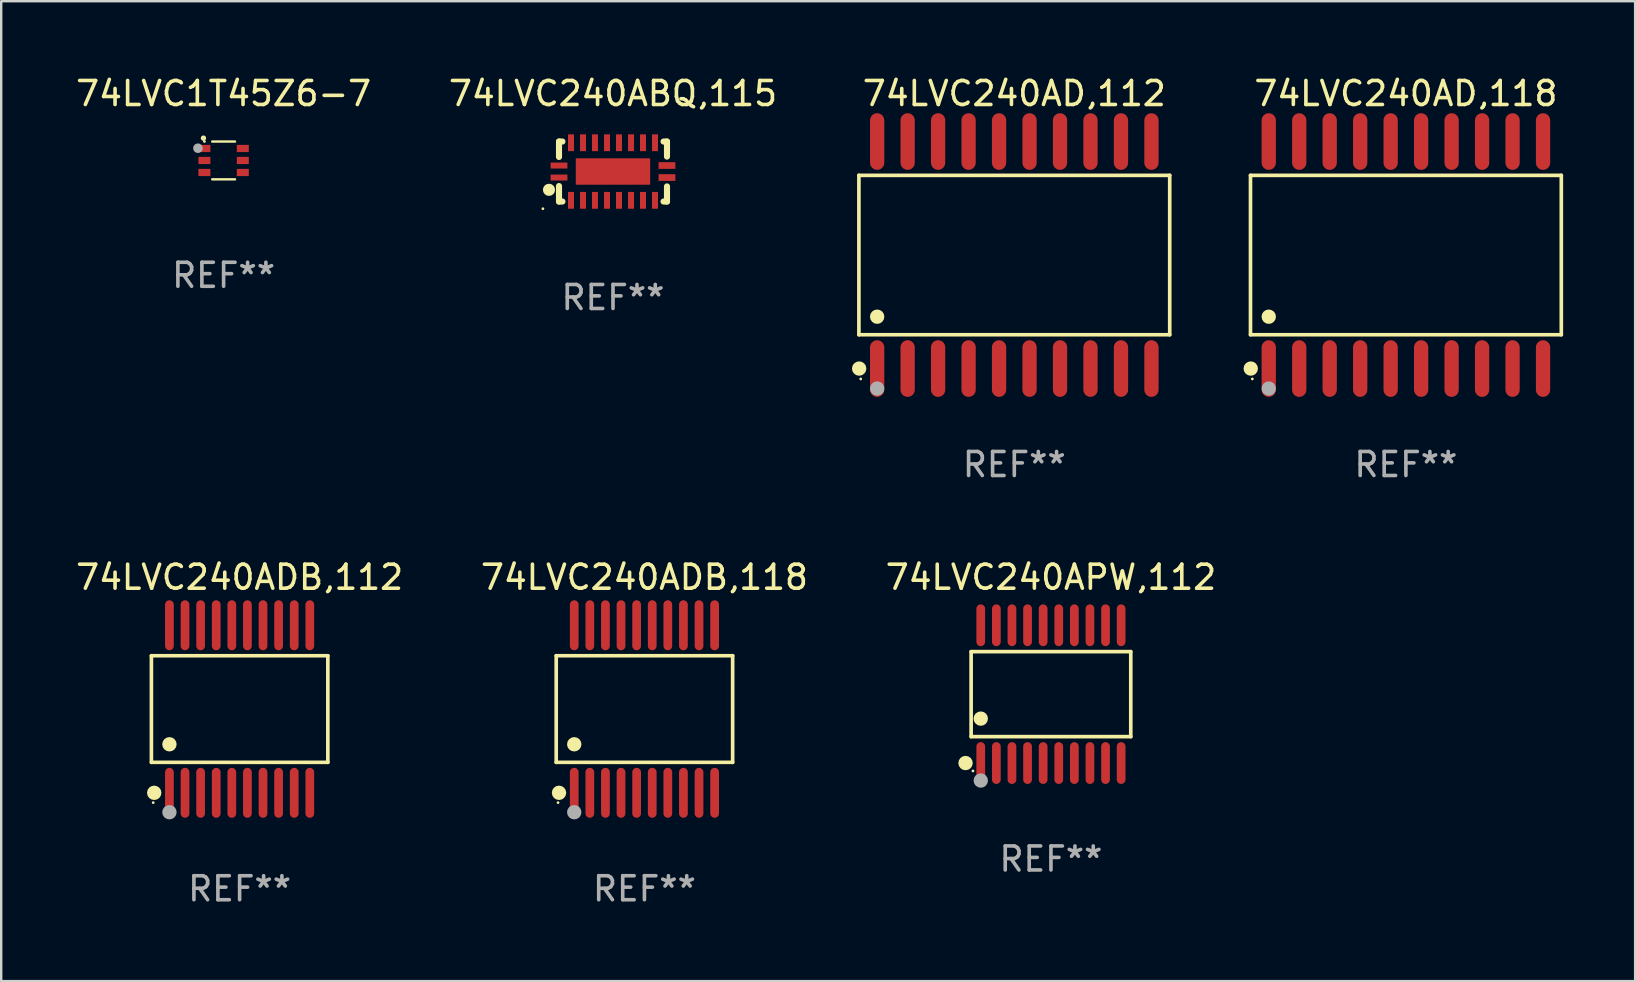
<source format=kicad_pcb>
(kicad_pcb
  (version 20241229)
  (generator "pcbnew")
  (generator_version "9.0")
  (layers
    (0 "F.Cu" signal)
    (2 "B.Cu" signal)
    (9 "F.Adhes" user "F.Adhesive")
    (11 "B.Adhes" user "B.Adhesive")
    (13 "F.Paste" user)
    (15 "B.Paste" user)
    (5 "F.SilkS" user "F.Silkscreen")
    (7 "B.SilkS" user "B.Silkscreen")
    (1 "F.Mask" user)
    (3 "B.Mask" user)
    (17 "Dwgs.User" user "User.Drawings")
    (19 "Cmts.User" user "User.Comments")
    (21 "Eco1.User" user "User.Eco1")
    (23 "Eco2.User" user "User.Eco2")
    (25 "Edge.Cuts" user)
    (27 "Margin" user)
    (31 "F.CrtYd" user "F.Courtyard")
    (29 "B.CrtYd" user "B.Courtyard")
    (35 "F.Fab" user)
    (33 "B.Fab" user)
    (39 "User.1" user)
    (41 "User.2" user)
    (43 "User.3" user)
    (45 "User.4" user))
  (footprint "74LVC240AD,112"
    (layer "F.Cu")
    (at 39.217 7.578)
    (property "Reference" "74LVC240AD,112" (at 0 -6.73 0) (layer "F.SilkS") (effects (font (size 1 1) (thickness 0.15))))
    (attr through_hole)
    (fp_line (start -6.476 -3.321) (end 6.476 -3.321) (stroke (width 0.152) (type solid)) (layer "F.SilkS"))
    (fp_line (start -6.476 3.321) (end -6.476 -3.321) (stroke (width 0.152) (type solid)) (layer "F.SilkS"))
    (fp_line (start 6.476 -3.321) (end 6.476 3.321) (stroke (width 0.152) (type solid)) (layer "F.SilkS"))
    (fp_line (start 6.476 3.321) (end -6.476 3.321) (stroke (width 0.152) (type solid)) (layer "F.SilkS"))
    (fp_circle (center -6.465 4.73) (end -6.315 4.73) (stroke (width 0.3) (type solid)) (fill no) (layer "F.SilkS"))
    (fp_circle (center -6.4 5.163) (end -6.37 5.163) (stroke (width 0.06) (type solid)) (fill no) (layer "F.SilkS"))
    (fp_circle (center -5.715 2.569) (end -5.565 2.569) (stroke (width 0.3) (type solid)) (fill no) (layer "F.SilkS"))
    (fp_circle (center -5.715 5.563) (end -5.565 5.563) (stroke (width 0.3) (type solid)) (fill no) (layer "F.Fab"))
    (fp_text user "REF**" (at 0 8.73 0) (layer "F.Fab") (effects (font (size 1 1) (thickness 0.15))))
    (pad "1" smd oval (at -5.715 4.73) (size 0.595 2.36) (layers "F.Cu" "F.Mask" "F.Paste"))
    (pad "2" smd oval (at -4.445 4.73) (size 0.595 2.36) (layers "F.Cu" "F.Mask" "F.Paste"))
    (pad "3" smd oval (at -3.175 4.73) (size 0.595 2.36) (layers "F.Cu" "F.Mask" "F.Paste"))
    (pad "4" smd oval (at -1.905 4.73) (size 0.595 2.36) (layers "F.Cu" "F.Mask" "F.Paste"))
    (pad "5" smd oval (at -0.635 4.73) (size 0.595 2.36) (layers "F.Cu" "F.Mask" "F.Paste"))
    (pad "6" smd oval (at 0.635 4.73) (size 0.595 2.36) (layers "F.Cu" "F.Mask" "F.Paste"))
    (pad "7" smd oval (at 1.905 4.73) (size 0.595 2.36) (layers "F.Cu" "F.Mask" "F.Paste"))
    (pad "8" smd oval (at 3.175 4.73) (size 0.595 2.36) (layers "F.Cu" "F.Mask" "F.Paste"))
    (pad "9" smd oval (at 4.445 4.73) (size 0.595 2.36) (layers "F.Cu" "F.Mask" "F.Paste"))
    (pad "10" smd oval (at 5.715 4.73) (size 0.595 2.36) (layers "F.Cu" "F.Mask" "F.Paste"))
    (pad "11" smd oval (at 5.715 -4.73) (size 0.595 2.36) (layers "F.Cu" "F.Mask" "F.Paste"))
    (pad "12" smd oval (at 4.445 -4.73) (size 0.595 2.36) (layers "F.Cu" "F.Mask" "F.Paste"))
    (pad "13" smd oval (at 3.175 -4.73) (size 0.595 2.36) (layers "F.Cu" "F.Mask" "F.Paste"))
    (pad "14" smd oval (at 1.905 -4.73) (size 0.595 2.36) (layers "F.Cu" "F.Mask" "F.Paste"))
    (pad "15" smd oval (at 0.635 -4.73) (size 0.595 2.36) (layers "F.Cu" "F.Mask" "F.Paste"))
    (pad "16" smd oval (at -0.635 -4.73) (size 0.595 2.36) (layers "F.Cu" "F.Mask" "F.Paste"))
    (pad "17" smd oval (at -1.905 -4.73) (size 0.595 2.36) (layers "F.Cu" "F.Mask" "F.Paste"))
    (pad "18" smd oval (at -3.175 -4.73) (size 0.595 2.36) (layers "F.Cu" "F.Mask" "F.Paste"))
    (pad "19" smd oval (at -4.445 -4.73) (size 0.595 2.36) (layers "F.Cu" "F.Mask" "F.Paste"))
    (pad "20" smd oval (at -5.715 -4.73) (size 0.595 2.36) (layers "F.Cu" "F.Mask" "F.Paste")))
  (footprint "74LVC240ABQ,115"
    (layer "F.Cu")
    (at 22.494 4.098)
    (property "Reference" "74LVC240ABQ,115" (at 0 -3.25 0) (layer "F.SilkS") (effects (font (size 1 1) (thickness 0.15))))
    (attr through_hole)
    (fp_line (start -2.25 0.605) (end -2.25 1.25) (stroke (width 0.254) (type solid)) (layer "F.SilkS"))
    (fp_line (start -2.25 1.25) (end -2.107 1.25) (stroke (width 0.254) (type solid)) (layer "F.SilkS"))
    (fp_line (start -2.25 -1.25) (end -2.25 -0.606) (stroke (width 0.254) (type solid)) (layer "F.SilkS"))
    (fp_line (start -2.25 -1.25) (end -2.107 -1.25) (stroke (width 0.254) (type solid)) (layer "F.SilkS"))
    (fp_line (start 2.107 -1.25) (end 2.25 -1.25) (stroke (width 0.254) (type solid)) (layer "F.SilkS"))
    (fp_line (start 2.107 1.25) (end 2.25 1.25) (stroke (width 0.254) (type solid)) (layer "F.SilkS"))
    (fp_line (start 2.25 -1.25) (end 2.25 -0.622) (stroke (width 0.254) (type solid)) (layer "F.SilkS"))
    (fp_line (start 2.25 0.62) (end 2.25 1.25) (stroke (width 0.254) (type solid)) (layer "F.SilkS"))
    (fp_circle (center -2.921 1.55) (end -2.891 1.55) (stroke (width 0.06) (type solid)) (fill no) (layer "F.SilkS"))
    (fp_circle (center -2.667 0.762) (end -2.54 0.762) (stroke (width 0.254) (type solid)) (fill no) (layer "F.SilkS"))
    (fp_text user "REF**" (at 0 5.25 0) (layer "F.Fab") (effects (font (size 1 1) (thickness 0.15))))
    (pad "1" smd rect (at -2.25 0.25 180) (size 0.7 0.25) (layers "F.Cu" "F.Mask" "F.Paste"))
    (pad "2" smd rect (at -1.75 1.2 90) (size 0.7 0.25) (layers "F.Cu" "F.Mask" "F.Paste"))
    (pad "3" smd rect (at -1.25 1.2 90) (size 0.7 0.25) (layers "F.Cu" "F.Mask" "F.Paste"))
    (pad "4" smd rect (at -0.751 1.2 90) (size 0.7 0.25) (layers "F.Cu" "F.Mask" "F.Paste"))
    (pad "5" smd rect (at -0.25 1.2 90) (size 0.7 0.25) (layers "F.Cu" "F.Mask" "F.Paste"))
    (pad "6" smd rect (at 0.25 1.2 90) (size 0.7 0.25) (layers "F.Cu" "F.Mask" "F.Paste"))
    (pad "7" smd rect (at 0.751 1.2 90) (size 0.7 0.25) (layers "F.Cu" "F.Mask" "F.Paste"))
    (pad "8" smd rect (at 1.25 1.2 90) (size 0.7 0.25) (layers "F.Cu" "F.Mask" "F.Paste"))
    (pad "9" smd rect (at 1.75 1.2 90) (size 0.7 0.25) (layers "F.Cu" "F.Mask" "F.Paste"))
    (pad "10" smd rect (at 2.25 0.25 180) (size 0.7 0.28) (layers "F.Cu" "F.Mask" "F.Paste"))
    (pad "11" smd rect (at 2.25 -0.251 180) (size 0.7 0.28) (layers "F.Cu" "F.Mask" "F.Paste"))
    (pad "12" smd rect (at 1.75 -1.2 90) (size 0.7 0.25) (layers "F.Cu" "F.Mask" "F.Paste"))
    (pad "13" smd rect (at 1.25 -1.2 90) (size 0.7 0.25) (layers "F.Cu" "F.Mask" "F.Paste"))
    (pad "14" smd rect (at 0.751 -1.2 90) (size 0.7 0.25) (layers "F.Cu" "F.Mask" "F.Paste"))
    (pad "15" smd rect (at 0.25 -1.2 90) (size 0.7 0.25) (layers "F.Cu" "F.Mask" "F.Paste"))
    (pad "16" smd rect (at -0.25 -1.2 90) (size 0.7 0.25) (layers "F.Cu" "F.Mask" "F.Paste"))
    (pad "17" smd rect (at -0.751 -1.2 90) (size 0.7 0.25) (layers "F.Cu" "F.Mask" "F.Paste"))
    (pad "18" smd rect (at -1.25 -1.2 90) (size 0.7 0.25) (layers "F.Cu" "F.Mask" "F.Paste"))
    (pad "19" smd rect (at -1.75 -1.2 90) (size 0.7 0.25) (layers "F.Cu" "F.Mask" "F.Paste"))
    (pad "20" smd rect (at -2.25 -0.25 180) (size 0.7 0.25) (layers "F.Cu" "F.Mask" "F.Paste"))
    (pad "21" smd rect (at 0 -0.001 180) (size 3.1 1.1) (layers "F.Cu" "F.Mask" "F.Paste")))
  (footprint "74LVC1T45Z6-7"
    (layer "F.Cu")
    (at 6.268 3.636)
    (property "Reference" "74LVC1T45Z6-7" (at 0 -2.787 0) (layer "F.SilkS") (effects (font (size 1 1) (thickness 0.15))))
    (attr through_hole)
    (fp_line (start 0.475 -0.787) (end -0.475 -0.787) (stroke (width 0.1) (type solid)) (layer "F.SilkS"))
    (fp_line (start 0.475 0.787) (end -0.475 0.787) (stroke (width 0.1) (type solid)) (layer "F.SilkS"))
    (fp_circle (center -0.84 -0.93) (end -0.78 -0.93) (stroke (width 0.102) (type solid)) (fill no) (layer "F.SilkS"))
    (fp_circle (center -0.8 -0.79) (end -0.77 -0.79) (stroke (width 0.06) (type solid)) (fill no) (layer "F.SilkS"))
    (fp_circle (center -1.07 -0.51) (end -0.97 -0.51) (stroke (width 0.2) (type solid)) (fill no) (layer "F.Fab"))
    (fp_text user "REF**" (at 0 4.787 0) (layer "F.Fab") (effects (font (size 1 1) (thickness 0.15))))
    (pad "1" smd rect (at -0.8 -0.499 270) (size 0.3 0.5) (layers "F.Cu" "F.Mask" "F.Paste"))
    (pad "2" smd rect (at -0.8 0.001 270) (size 0.3 0.5) (layers "F.Cu" "F.Mask" "F.Paste"))
    (pad "3" smd rect (at -0.8 0.501 270) (size 0.3 0.5) (layers "F.Cu" "F.Mask" "F.Paste"))
    (pad "4" smd rect (at 0.8 0.501 270) (size 0.3 0.5) (layers "F.Cu" "F.Mask" "F.Paste"))
    (pad "5" smd rect (at 0.8 0.001 270) (size 0.3 0.5) (layers "F.Cu" "F.Mask" "F.Paste"))
    (pad "6" smd rect (at 0.8 -0.499 270) (size 0.3 0.5) (layers "F.Cu" "F.Mask" "F.Paste")))
  (footprint "74LVC240ADB,118"
    (layer "F.Cu")
    (at 23.804 26.496)
    (property "Reference" "74LVC240ADB,118" (at 0 -5.491 0) (layer "F.SilkS") (effects (font (size 1 1) (thickness 0.15))))
    (attr through_hole)
    (fp_line (start -3.676 -2.221) (end 3.676 -2.221) (stroke (width 0.152) (type solid)) (layer "F.SilkS"))
    (fp_line (start -3.676 2.221) (end -3.676 -2.221) (stroke (width 0.152) (type solid)) (layer "F.SilkS"))
    (fp_line (start 3.676 -2.221) (end 3.676 2.221) (stroke (width 0.152) (type solid)) (layer "F.SilkS"))
    (fp_line (start 3.676 2.221) (end -3.676 2.221) (stroke (width 0.152) (type solid)) (layer "F.SilkS"))
    (fp_circle (center -3.6 3.9) (end -3.57 3.9) (stroke (width 0.06) (type solid)) (fill no) (layer "F.SilkS"))
    (fp_circle (center -3.559 3.491) (end -3.409 3.491) (stroke (width 0.3) (type solid)) (fill no) (layer "F.SilkS"))
    (fp_circle (center -2.925 1.469) (end -2.775 1.469) (stroke (width 0.3) (type solid)) (fill no) (layer "F.SilkS"))
    (fp_circle (center -2.925 4.3) (end -2.775 4.3) (stroke (width 0.3) (type solid)) (fill no) (layer "F.Fab"))
    (fp_text user "REF**" (at 0 7.491 0) (layer "F.Fab") (effects (font (size 1 1) (thickness 0.15))))
    (pad "1" smd oval (at -2.925 3.491) (size 0.364 2.082) (layers "F.Cu" "F.Mask" "F.Paste"))
    (pad "2" smd oval (at -2.275 3.491) (size 0.364 2.082) (layers "F.Cu" "F.Mask" "F.Paste"))
    (pad "3" smd oval (at -1.625 3.491) (size 0.364 2.082) (layers "F.Cu" "F.Mask" "F.Paste"))
    (pad "4" smd oval (at -0.975 3.491) (size 0.364 2.082) (layers "F.Cu" "F.Mask" "F.Paste"))
    (pad "5" smd oval (at -0.325 3.491) (size 0.364 2.082) (layers "F.Cu" "F.Mask" "F.Paste"))
    (pad "6" smd oval (at 0.325 3.491) (size 0.364 2.082) (layers "F.Cu" "F.Mask" "F.Paste"))
    (pad "7" smd oval (at 0.975 3.491) (size 0.364 2.082) (layers "F.Cu" "F.Mask" "F.Paste"))
    (pad "8" smd oval (at 1.625 3.491) (size 0.364 2.082) (layers "F.Cu" "F.Mask" "F.Paste"))
    (pad "9" smd oval (at 2.275 3.491) (size 0.364 2.082) (layers "F.Cu" "F.Mask" "F.Paste"))
    (pad "10" smd oval (at 2.925 3.491) (size 0.364 2.082) (layers "F.Cu" "F.Mask" "F.Paste"))
    (pad "11" smd oval (at 2.925 -3.491) (size 0.364 2.082) (layers "F.Cu" "F.Mask" "F.Paste"))
    (pad "12" smd oval (at 2.275 -3.491) (size 0.364 2.082) (layers "F.Cu" "F.Mask" "F.Paste"))
    (pad "13" smd oval (at 1.625 -3.491) (size 0.364 2.082) (layers "F.Cu" "F.Mask" "F.Paste"))
    (pad "14" smd oval (at 0.975 -3.491) (size 0.364 2.082) (layers "F.Cu" "F.Mask" "F.Paste"))
    (pad "15" smd oval (at 0.325 -3.491) (size 0.364 2.082) (layers "F.Cu" "F.Mask" "F.Paste"))
    (pad "16" smd oval (at -0.325 -3.491) (size 0.364 2.082) (layers "F.Cu" "F.Mask" "F.Paste"))
    (pad "17" smd oval (at -0.975 -3.491) (size 0.364 2.082) (layers "F.Cu" "F.Mask" "F.Paste"))
    (pad "18" smd oval (at -1.625 -3.491) (size 0.364 2.082) (layers "F.Cu" "F.Mask" "F.Paste"))
    (pad "19" smd oval (at -2.275 -3.491) (size 0.364 2.082) (layers "F.Cu" "F.Mask" "F.Paste"))
    (pad "20" smd oval (at -2.925 -3.491) (size 0.364 2.082) (layers "F.Cu" "F.Mask" "F.Paste")))
  (footprint "74LVC240ADB,112"
    (layer "F.Cu")
    (at 6.935 26.496)
    (property "Reference" "74LVC240ADB,112" (at 0 -5.491 0) (layer "F.SilkS") (effects (font (size 1 1) (thickness 0.15))))
    (attr through_hole)
    (fp_line (start -3.676 -2.221) (end 3.676 -2.221) (stroke (width 0.152) (type solid)) (layer "F.SilkS"))
    (fp_line (start -3.676 2.221) (end -3.676 -2.221) (stroke (width 0.152) (type solid)) (layer "F.SilkS"))
    (fp_line (start 3.676 -2.221) (end 3.676 2.221) (stroke (width 0.152) (type solid)) (layer "F.SilkS"))
    (fp_line (start 3.676 2.221) (end -3.676 2.221) (stroke (width 0.152) (type solid)) (layer "F.SilkS"))
    (fp_circle (center -3.6 3.9) (end -3.57 3.9) (stroke (width 0.06) (type solid)) (fill no) (layer "F.SilkS"))
    (fp_circle (center -3.559 3.491) (end -3.409 3.491) (stroke (width 0.3) (type solid)) (fill no) (layer "F.SilkS"))
    (fp_circle (center -2.925 1.469) (end -2.775 1.469) (stroke (width 0.3) (type solid)) (fill no) (layer "F.SilkS"))
    (fp_circle (center -2.925 4.3) (end -2.775 4.3) (stroke (width 0.3) (type solid)) (fill no) (layer "F.Fab"))
    (fp_text user "REF**" (at 0 7.491 0) (layer "F.Fab") (effects (font (size 1 1) (thickness 0.15))))
    (pad "1" smd oval (at -2.925 3.491) (size 0.364 2.082) (layers "F.Cu" "F.Mask" "F.Paste"))
    (pad "2" smd oval (at -2.275 3.491) (size 0.364 2.082) (layers "F.Cu" "F.Mask" "F.Paste"))
    (pad "3" smd oval (at -1.625 3.491) (size 0.364 2.082) (layers "F.Cu" "F.Mask" "F.Paste"))
    (pad "4" smd oval (at -0.975 3.491) (size 0.364 2.082) (layers "F.Cu" "F.Mask" "F.Paste"))
    (pad "5" smd oval (at -0.325 3.491) (size 0.364 2.082) (layers "F.Cu" "F.Mask" "F.Paste"))
    (pad "6" smd oval (at 0.325 3.491) (size 0.364 2.082) (layers "F.Cu" "F.Mask" "F.Paste"))
    (pad "7" smd oval (at 0.975 3.491) (size 0.364 2.082) (layers "F.Cu" "F.Mask" "F.Paste"))
    (pad "8" smd oval (at 1.625 3.491) (size 0.364 2.082) (layers "F.Cu" "F.Mask" "F.Paste"))
    (pad "9" smd oval (at 2.275 3.491) (size 0.364 2.082) (layers "F.Cu" "F.Mask" "F.Paste"))
    (pad "10" smd oval (at 2.925 3.491) (size 0.364 2.082) (layers "F.Cu" "F.Mask" "F.Paste"))
    (pad "11" smd oval (at 2.925 -3.491) (size 0.364 2.082) (layers "F.Cu" "F.Mask" "F.Paste"))
    (pad "12" smd oval (at 2.275 -3.491) (size 0.364 2.082) (layers "F.Cu" "F.Mask" "F.Paste"))
    (pad "13" smd oval (at 1.625 -3.491) (size 0.364 2.082) (layers "F.Cu" "F.Mask" "F.Paste"))
    (pad "14" smd oval (at 0.975 -3.491) (size 0.364 2.082) (layers "F.Cu" "F.Mask" "F.Paste"))
    (pad "15" smd oval (at 0.325 -3.491) (size 0.364 2.082) (layers "F.Cu" "F.Mask" "F.Paste"))
    (pad "16" smd oval (at -0.325 -3.491) (size 0.364 2.082) (layers "F.Cu" "F.Mask" "F.Paste"))
    (pad "17" smd oval (at -0.975 -3.491) (size 0.364 2.082) (layers "F.Cu" "F.Mask" "F.Paste"))
    (pad "18" smd oval (at -1.625 -3.491) (size 0.364 2.082) (layers "F.Cu" "F.Mask" "F.Paste"))
    (pad "19" smd oval (at -2.275 -3.491) (size 0.364 2.082) (layers "F.Cu" "F.Mask" "F.Paste"))
    (pad "20" smd oval (at -2.925 -3.491) (size 0.364 2.082) (layers "F.Cu" "F.Mask" "F.Paste")))
  (footprint "74LVC240APW,112"
    (layer "F.Cu")
    (at 40.744 25.876)
    (property "Reference" "74LVC240APW,112" (at 0 -4.871 0) (layer "F.SilkS") (effects (font (size 1 1) (thickness 0.15))))
    (attr through_hole)
    (fp_line (start -3.326 -1.771) (end 3.326 -1.771) (stroke (width 0.152) (type solid)) (layer "F.SilkS"))
    (fp_line (start -3.326 1.771) (end -3.326 -1.771) (stroke (width 0.152) (type solid)) (layer "F.SilkS"))
    (fp_line (start 3.326 -1.771) (end 3.326 1.771) (stroke (width 0.152) (type solid)) (layer "F.SilkS"))
    (fp_line (start 3.326 1.771) (end -3.326 1.771) (stroke (width 0.152) (type solid)) (layer "F.SilkS"))
    (fp_circle (center -3.559 2.871) (end -3.409 2.871) (stroke (width 0.3) (type solid)) (fill no) (layer "F.SilkS"))
    (fp_circle (center -3.25 3.2) (end -3.22 3.2) (stroke (width 0.06) (type solid)) (fill no) (layer "F.SilkS"))
    (fp_circle (center -2.925 1.019) (end -2.775 1.019) (stroke (width 0.3) (type solid)) (fill no) (layer "F.SilkS"))
    (fp_circle (center -2.925 3.6) (end -2.775 3.6) (stroke (width 0.3) (type solid)) (fill no) (layer "F.Fab"))
    (fp_text user "REF**" (at 0 6.871 0) (layer "F.Fab") (effects (font (size 1 1) (thickness 0.15))))
    (pad "1" smd oval (at -2.925 2.871) (size 0.364 1.742) (layers "F.Cu" "F.Mask" "F.Paste"))
    (pad "2" smd oval (at -2.275 2.871) (size 0.364 1.742) (layers "F.Cu" "F.Mask" "F.Paste"))
    (pad "3" smd oval (at -1.625 2.871) (size 0.364 1.742) (layers "F.Cu" "F.Mask" "F.Paste"))
    (pad "4" smd oval (at -0.975 2.871) (size 0.364 1.742) (layers "F.Cu" "F.Mask" "F.Paste"))
    (pad "5" smd oval (at -0.325 2.871) (size 0.364 1.742) (layers "F.Cu" "F.Mask" "F.Paste"))
    (pad "6" smd oval (at 0.325 2.871) (size 0.364 1.742) (layers "F.Cu" "F.Mask" "F.Paste"))
    (pad "7" smd oval (at 0.975 2.871) (size 0.364 1.742) (layers "F.Cu" "F.Mask" "F.Paste"))
    (pad "8" smd oval (at 1.625 2.871) (size 0.364 1.742) (layers "F.Cu" "F.Mask" "F.Paste"))
    (pad "9" smd oval (at 2.275 2.871) (size 0.364 1.742) (layers "F.Cu" "F.Mask" "F.Paste"))
    (pad "10" smd oval (at 2.925 2.871) (size 0.364 1.742) (layers "F.Cu" "F.Mask" "F.Paste"))
    (pad "11" smd oval (at 2.925 -2.871) (size 0.364 1.742) (layers "F.Cu" "F.Mask" "F.Paste"))
    (pad "12" smd oval (at 2.275 -2.871) (size 0.364 1.742) (layers "F.Cu" "F.Mask" "F.Paste"))
    (pad "13" smd oval (at 1.625 -2.871) (size 0.364 1.742) (layers "F.Cu" "F.Mask" "F.Paste"))
    (pad "14" smd oval (at 0.975 -2.871) (size 0.364 1.742) (layers "F.Cu" "F.Mask" "F.Paste"))
    (pad "15" smd oval (at 0.325 -2.871) (size 0.364 1.742) (layers "F.Cu" "F.Mask" "F.Paste"))
    (pad "16" smd oval (at -0.325 -2.871) (size 0.364 1.742) (layers "F.Cu" "F.Mask" "F.Paste"))
    (pad "17" smd oval (at -0.975 -2.871) (size 0.364 1.742) (layers "F.Cu" "F.Mask" "F.Paste"))
    (pad "18" smd oval (at -1.625 -2.871) (size 0.364 1.742) (layers "F.Cu" "F.Mask" "F.Paste"))
    (pad "19" smd oval (at -2.275 -2.871) (size 0.364 1.742) (layers "F.Cu" "F.Mask" "F.Paste"))
    (pad "20" smd oval (at -2.925 -2.871) (size 0.364 1.742) (layers "F.Cu" "F.Mask" "F.Paste")))
  (footprint "74LVC240AD,118"
    (layer "F.Cu")
    (at 55.535 7.578)
    (property "Reference" "74LVC240AD,118" (at 0 -6.73 0) (layer "F.SilkS") (effects (font (size 1 1) (thickness 0.15))))
    (attr through_hole)
    (fp_line (start -6.476 -3.321) (end 6.476 -3.321) (stroke (width 0.152) (type solid)) (layer "F.SilkS"))
    (fp_line (start -6.476 3.321) (end -6.476 -3.321) (stroke (width 0.152) (type solid)) (layer "F.SilkS"))
    (fp_line (start 6.476 -3.321) (end 6.476 3.321) (stroke (width 0.152) (type solid)) (layer "F.SilkS"))
    (fp_line (start 6.476 3.321) (end -6.476 3.321) (stroke (width 0.152) (type solid)) (layer "F.SilkS"))
    (fp_circle (center -6.465 4.73) (end -6.315 4.73) (stroke (width 0.3) (type solid)) (fill no) (layer "F.SilkS"))
    (fp_circle (center -6.4 5.163) (end -6.37 5.163) (stroke (width 0.06) (type solid)) (fill no) (layer "F.SilkS"))
    (fp_circle (center -5.715 2.569) (end -5.565 2.569) (stroke (width 0.3) (type solid)) (fill no) (layer "F.SilkS"))
    (fp_circle (center -5.715 5.563) (end -5.565 5.563) (stroke (width 0.3) (type solid)) (fill no) (layer "F.Fab"))
    (fp_text user "REF**" (at 0 8.73 0) (layer "F.Fab") (effects (font (size 1 1) (thickness 0.15))))
    (pad "1" smd oval (at -5.715 4.73) (size 0.595 2.36) (layers "F.Cu" "F.Mask" "F.Paste"))
    (pad "2" smd oval (at -4.445 4.73) (size 0.595 2.36) (layers "F.Cu" "F.Mask" "F.Paste"))
    (pad "3" smd oval (at -3.175 4.73) (size 0.595 2.36) (layers "F.Cu" "F.Mask" "F.Paste"))
    (pad "4" smd oval (at -1.905 4.73) (size 0.595 2.36) (layers "F.Cu" "F.Mask" "F.Paste"))
    (pad "5" smd oval (at -0.635 4.73) (size 0.595 2.36) (layers "F.Cu" "F.Mask" "F.Paste"))
    (pad "6" smd oval (at 0.635 4.73) (size 0.595 2.36) (layers "F.Cu" "F.Mask" "F.Paste"))
    (pad "7" smd oval (at 1.905 4.73) (size 0.595 2.36) (layers "F.Cu" "F.Mask" "F.Paste"))
    (pad "8" smd oval (at 3.175 4.73) (size 0.595 2.36) (layers "F.Cu" "F.Mask" "F.Paste"))
    (pad "9" smd oval (at 4.445 4.73) (size 0.595 2.36) (layers "F.Cu" "F.Mask" "F.Paste"))
    (pad "10" smd oval (at 5.715 4.73) (size 0.595 2.36) (layers "F.Cu" "F.Mask" "F.Paste"))
    (pad "11" smd oval (at 5.715 -4.73) (size 0.595 2.36) (layers "F.Cu" "F.Mask" "F.Paste"))
    (pad "12" smd oval (at 4.445 -4.73) (size 0.595 2.36) (layers "F.Cu" "F.Mask" "F.Paste"))
    (pad "13" smd oval (at 3.175 -4.73) (size 0.595 2.36) (layers "F.Cu" "F.Mask" "F.Paste"))
    (pad "14" smd oval (at 1.905 -4.73) (size 0.595 2.36) (layers "F.Cu" "F.Mask" "F.Paste"))
    (pad "15" smd oval (at 0.635 -4.73) (size 0.595 2.36) (layers "F.Cu" "F.Mask" "F.Paste"))
    (pad "16" smd oval (at -0.635 -4.73) (size 0.595 2.36) (layers "F.Cu" "F.Mask" "F.Paste"))
    (pad "17" smd oval (at -1.905 -4.73) (size 0.595 2.36) (layers "F.Cu" "F.Mask" "F.Paste"))
    (pad "18" smd oval (at -3.175 -4.73) (size 0.595 2.36) (layers "F.Cu" "F.Mask" "F.Paste"))
    (pad "19" smd oval (at -4.445 -4.73) (size 0.595 2.36) (layers "F.Cu" "F.Mask" "F.Paste"))
    (pad "20" smd oval (at -5.715 -4.73) (size 0.595 2.36) (layers "F.Cu" "F.Mask" "F.Paste")))
  (gr_rect
    (start -3 -3)
    (end 65.087 37.835)
    (stroke (width 0.1) (type default))
    (fill no)
    (layer "Edge.Cuts")))
</source>
